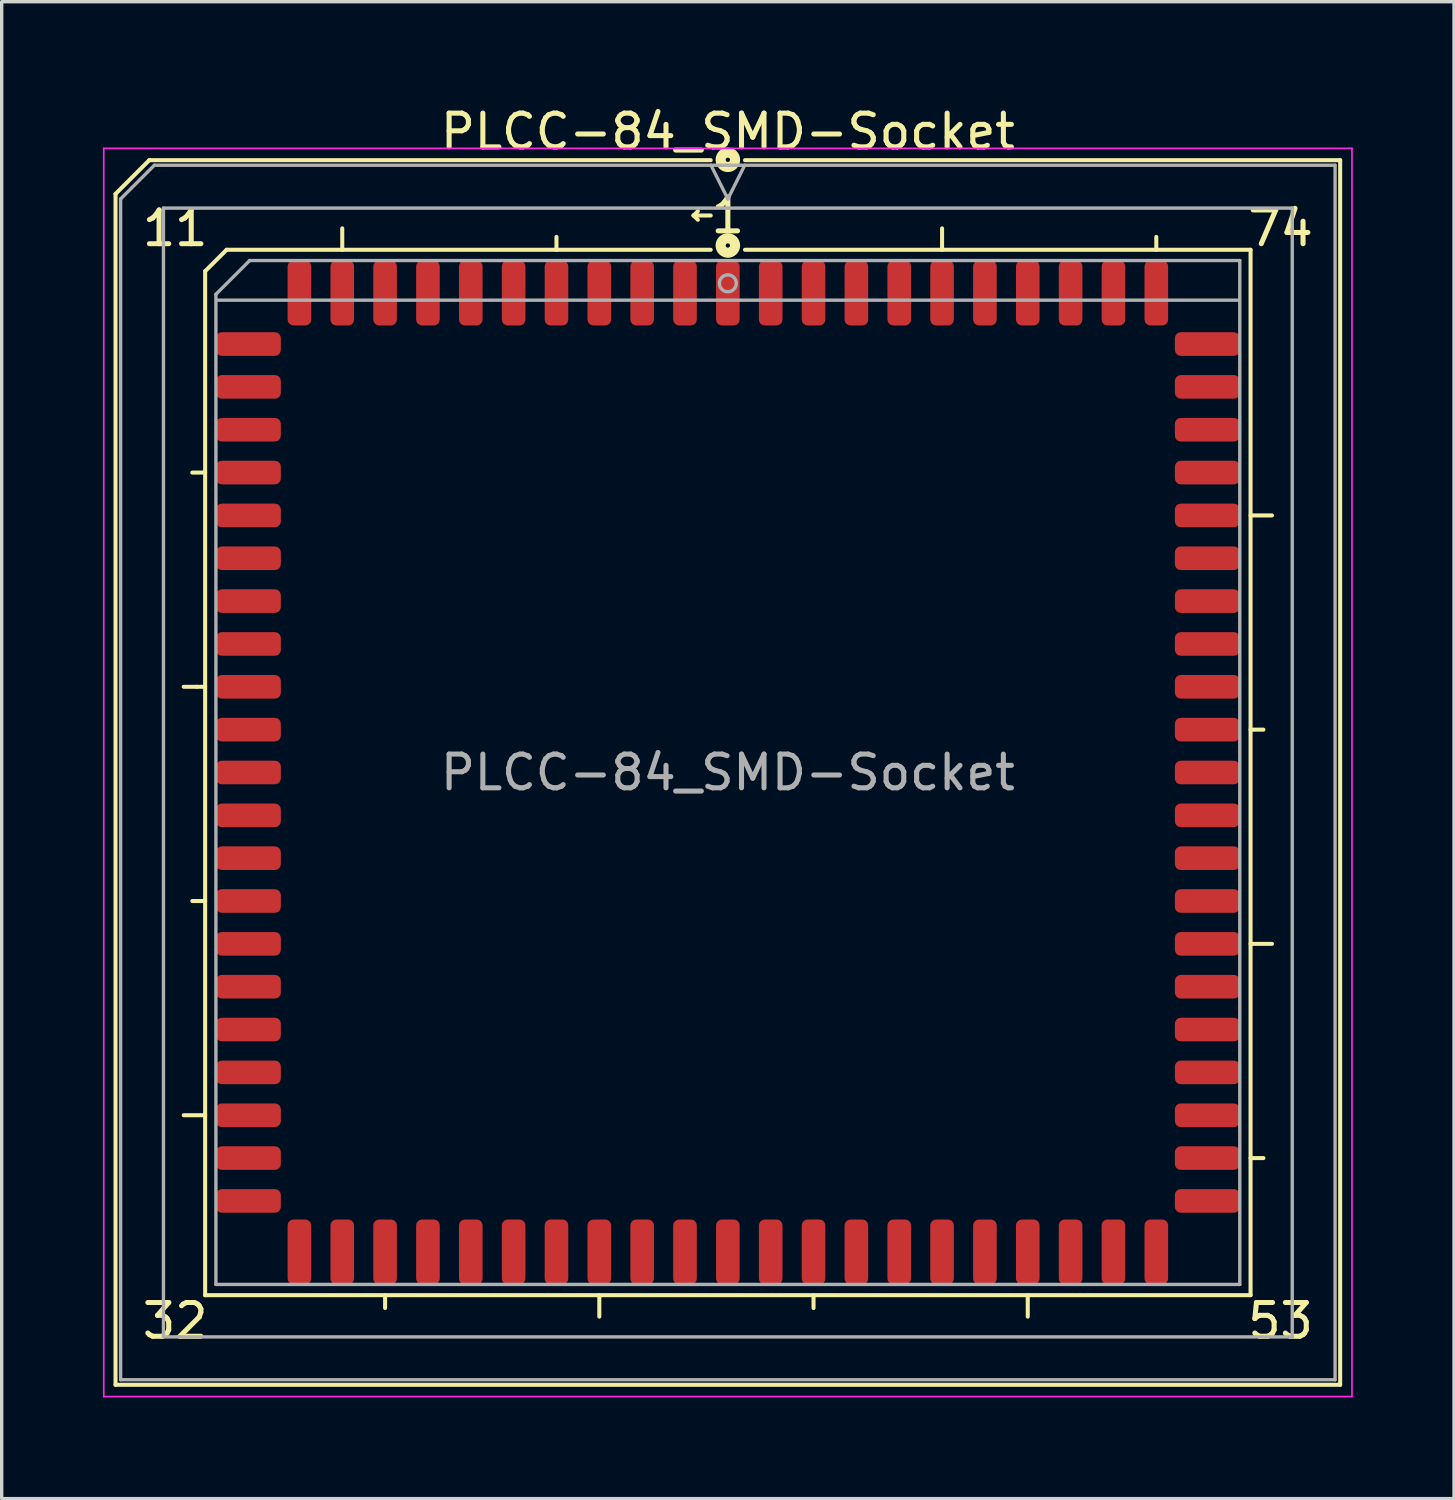
<source format=kicad_pcb>
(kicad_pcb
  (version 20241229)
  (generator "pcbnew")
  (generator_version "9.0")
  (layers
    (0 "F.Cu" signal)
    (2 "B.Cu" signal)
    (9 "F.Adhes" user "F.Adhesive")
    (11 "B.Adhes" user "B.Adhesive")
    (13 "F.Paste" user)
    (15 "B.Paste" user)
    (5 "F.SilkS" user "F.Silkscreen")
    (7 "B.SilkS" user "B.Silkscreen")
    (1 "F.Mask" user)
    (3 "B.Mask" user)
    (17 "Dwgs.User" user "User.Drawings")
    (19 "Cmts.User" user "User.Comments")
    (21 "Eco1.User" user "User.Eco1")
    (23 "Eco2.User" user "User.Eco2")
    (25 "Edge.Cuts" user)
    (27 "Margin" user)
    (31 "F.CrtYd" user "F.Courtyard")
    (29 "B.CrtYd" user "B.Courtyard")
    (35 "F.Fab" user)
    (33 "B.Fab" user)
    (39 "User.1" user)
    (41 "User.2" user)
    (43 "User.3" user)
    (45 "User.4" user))
  (footprint "PLCC-84_SMD-Socket"
    (layer "F.Cu")
    (at 18.525 19.848)
    (property "Reference" "PLCC-84_SMD-Socket" (at 0 -19 0) (layer "F.SilkS") (effects (font (size 1 1) (thickness 0.15))))
    (attr smd)
    (fp_line (start -18.15 -17.15) (end -18.15 18.15) (stroke (width 0.12) (type solid)) (layer "F.SilkS"))
    (fp_line (start -18.15 18.15) (end 18.15 18.15) (stroke (width 0.12) (type solid)) (layer "F.SilkS"))
    (fp_line (start -17.15 -18.15) (end -18.15 -17.15) (stroke (width 0.12) (type solid)) (layer "F.SilkS"))
    (fp_line (start -15.748 -2.54) (end -16.129 -2.54) (stroke (width 0.12) (type solid)) (layer "F.SilkS"))
    (fp_line (start -15.494 -14.859) (end -15.494 15.494) (stroke (width 0.12) (type solid)) (layer "F.SilkS"))
    (fp_line (start -15.494 -8.89) (end -15.875 -8.89) (stroke (width 0.12) (type solid)) (layer "F.SilkS"))
    (fp_line (start -15.494 -2.54) (end -15.748 -2.54) (stroke (width 0.12) (type solid)) (layer "F.SilkS"))
    (fp_line (start -15.494 3.81) (end -15.875 3.81) (stroke (width 0.12) (type solid)) (layer "F.SilkS"))
    (fp_line (start -15.494 10.16) (end -16.129 10.16) (stroke (width 0.12) (type solid)) (layer "F.SilkS"))
    (fp_line (start -15.494 15.494) (end 15.494 15.494) (stroke (width 0.12) (type solid)) (layer "F.SilkS"))
    (fp_line (start -14.859 -15.494) (end -15.494 -14.859) (stroke (width 0.12) (type solid)) (layer "F.SilkS"))
    (fp_line (start -11.43 -15.494) (end -11.43 -16.129) (stroke (width 0.12) (type solid)) (layer "F.SilkS"))
    (fp_line (start -10.16 15.494) (end -10.16 15.875) (stroke (width 0.12) (type solid)) (layer "F.SilkS"))
    (fp_line (start -5.08 -15.494) (end -5.08 -15.875) (stroke (width 0.12) (type solid)) (layer "F.SilkS"))
    (fp_line (start -3.81 15.494) (end -3.81 16.129) (stroke (width 0.12) (type solid)) (layer "F.SilkS"))
    (fp_line (start -1.016 -16.51) (end -0.889 -16.637) (stroke (width 0.12) (type solid)) (layer "F.SilkS"))
    (fp_line (start -1.016 -16.51) (end -0.889 -16.383) (stroke (width 0.12) (type solid)) (layer "F.SilkS"))
    (fp_line (start -0.508 -18.15) (end -17.15 -18.15) (stroke (width 0.12) (type solid)) (layer "F.SilkS"))
    (fp_line (start -0.508 -16.51) (end -1.016 -16.51) (stroke (width 0.12) (type solid)) (layer "F.SilkS"))
    (fp_line (start -0.508 -15.494) (end -14.859 -15.494) (stroke (width 0.12) (type solid)) (layer "F.SilkS"))
    (fp_line (start 2.54 15.494) (end 2.54 15.875) (stroke (width 0.12) (type solid)) (layer "F.SilkS"))
    (fp_line (start 6.35 -15.494) (end 6.35 -16.129) (stroke (width 0.12) (type solid)) (layer "F.SilkS"))
    (fp_line (start 8.89 15.494) (end 8.89 16.129) (stroke (width 0.12) (type solid)) (layer "F.SilkS"))
    (fp_line (start 12.7 -15.494) (end 12.7 -15.875) (stroke (width 0.12) (type solid)) (layer "F.SilkS"))
    (fp_line (start 15.494 -15.494) (end 0.508 -15.494) (stroke (width 0.12) (type solid)) (layer "F.SilkS"))
    (fp_line (start 15.494 -7.62) (end 16.129 -7.62) (stroke (width 0.12) (type solid)) (layer "F.SilkS"))
    (fp_line (start 15.494 -1.27) (end 15.875 -1.27) (stroke (width 0.12) (type solid)) (layer "F.SilkS"))
    (fp_line (start 15.494 5.08) (end 16.129 5.08) (stroke (width 0.12) (type solid)) (layer "F.SilkS"))
    (fp_line (start 15.494 11.43) (end 15.875 11.43) (stroke (width 0.12) (type solid)) (layer "F.SilkS"))
    (fp_line (start 15.494 15.494) (end 15.494 -15.494) (stroke (width 0.12) (type solid)) (layer "F.SilkS"))
    (fp_line (start 18.15 -18.15) (end 0.508 -18.15) (stroke (width 0.12) (type solid)) (layer "F.SilkS"))
    (fp_line (start 18.15 18.15) (end 18.15 -18.15) (stroke (width 0.12) (type solid)) (layer "F.SilkS"))
    (fp_circle (center 0 -18.161) (end 0.064 -18.161) (stroke (width 0.3) (type solid)) (fill no) (layer "F.SilkS"))
    (fp_circle (center 0 -15.621) (end 0.064 -15.621) (stroke (width 0.3) (type solid)) (fill no) (layer "F.SilkS"))
    (fp_line (start -18.5 -18.5) (end -18.5 18.5) (stroke (width 0.05) (type solid)) (layer "F.CrtYd"))
    (fp_line (start -18.5 18.5) (end 18.5 18.5) (stroke (width 0.05) (type solid)) (layer "F.CrtYd"))
    (fp_line (start 18.5 -18.5) (end -18.5 -18.5) (stroke (width 0.05) (type solid)) (layer "F.CrtYd"))
    (fp_line (start 18.5 18.5) (end 18.5 -18.5) (stroke (width 0.05) (type solid)) (layer "F.CrtYd"))
    (fp_line (start -18 -17) (end -18 18) (stroke (width 0.1) (type solid)) (layer "F.Fab"))
    (fp_line (start -18 18) (end 18 18) (stroke (width 0.1) (type solid)) (layer "F.Fab"))
    (fp_line (start -17 -18) (end -18 -17) (stroke (width 0.1) (type solid)) (layer "F.Fab"))
    (fp_line (start -16.73 -16.73) (end -16.73 16.73) (stroke (width 0.1) (type solid)) (layer "F.Fab"))
    (fp_line (start -16.73 16.73) (end 16.73 16.73) (stroke (width 0.1) (type solid)) (layer "F.Fab"))
    (fp_line (start -15.175 -14.175) (end -15.175 15.175) (stroke (width 0.1) (type solid)) (layer "F.Fab"))
    (fp_line (start -15.175 15.175) (end 15.175 15.175) (stroke (width 0.1) (type solid)) (layer "F.Fab"))
    (fp_line (start -14.175 -15.175) (end -15.175 -14.175) (stroke (width 0.1) (type solid)) (layer "F.Fab"))
    (fp_line (start -0.5 -18) (end 0 -17) (stroke (width 0.1) (type solid)) (layer "F.Fab"))
    (fp_line (start 0 -17) (end 0.5 -18) (stroke (width 0.1) (type solid)) (layer "F.Fab"))
    (fp_line (start 15.15 -14) (end -15.15 -14) (stroke (width 0.1) (type solid)) (layer "F.Fab"))
    (fp_line (start 15.175 -15.175) (end -14.175 -15.175) (stroke (width 0.1) (type solid)) (layer "F.Fab"))
    (fp_line (start 15.175 15.175) (end 15.175 -15.175) (stroke (width 0.1) (type solid)) (layer "F.Fab"))
    (fp_line (start 16.73 -16.73) (end -16.73 -16.73) (stroke (width 0.1) (type solid)) (layer "F.Fab"))
    (fp_line (start 16.73 16.73) (end 16.73 -16.73) (stroke (width 0.1) (type solid)) (layer "F.Fab"))
    (fp_line (start 18 -18) (end -17 -18) (stroke (width 0.1) (type solid)) (layer "F.Fab"))
    (fp_line (start 18 18) (end 18 -18) (stroke (width 0.1) (type solid)) (layer "F.Fab"))
    (fp_circle (center 0 -14.5) (end 0.25 -14.5) (stroke (width 0.1) (type solid)) (fill no) (layer "F.Fab"))
    (fp_text user "1" (at 0 -16.51 0) (unlocked yes) (layer "F.SilkS") (effects (font (size 1 1) (thickness 0.15))))
    (fp_text user "53" (at 16.383 16.256 0) (unlocked yes) (layer "F.SilkS") (effects (font (size 1 1) (thickness 0.15))))
    (fp_text user "74" (at 16.383 -16.129 0) (unlocked yes) (layer "F.SilkS") (effects (font (size 1 1) (thickness 0.15))))
    (fp_text user "11" (at -16.383 -16.129 0) (unlocked yes) (layer "F.SilkS") (effects (font (size 1 1) (thickness 0.15))))
    (fp_text user "32" (at -16.383 16.256 0) (unlocked yes) (layer "F.SilkS") (effects (font (size 1 1) (thickness 0.15))))
    (fp_text user "${REFERENCE}" (at 0 0 0) (layer "F.Fab") (effects (font (size 1 1) (thickness 0.15))))
    (pad "1" smd roundrect (at 0 -14.213) (size 0.7 1.925) (layers "F.Cu" "F.Mask" "F.Paste") (roundrect_rratio 0.25))
    (pad "2" smd roundrect (at -1.27 -14.213) (size 0.7 1.925) (layers "F.Cu" "F.Mask" "F.Paste") (roundrect_rratio 0.25))
    (pad "3" smd roundrect (at -2.54 -14.213) (size 0.7 1.925) (layers "F.Cu" "F.Mask" "F.Paste") (roundrect_rratio 0.25))
    (pad "4" smd roundrect (at -3.81 -14.213) (size 0.7 1.925) (layers "F.Cu" "F.Mask" "F.Paste") (roundrect_rratio 0.25))
    (pad "5" smd roundrect (at -5.08 -14.213) (size 0.7 1.925) (layers "F.Cu" "F.Mask" "F.Paste") (roundrect_rratio 0.25))
    (pad "6" smd roundrect (at -6.35 -14.213) (size 0.7 1.925) (layers "F.Cu" "F.Mask" "F.Paste") (roundrect_rratio 0.25))
    (pad "7" smd roundrect (at -7.62 -14.213) (size 0.7 1.925) (layers "F.Cu" "F.Mask" "F.Paste") (roundrect_rratio 0.25))
    (pad "8" smd roundrect (at -8.89 -14.213) (size 0.7 1.925) (layers "F.Cu" "F.Mask" "F.Paste") (roundrect_rratio 0.25))
    (pad "9" smd roundrect (at -10.16 -14.213) (size 0.7 1.925) (layers "F.Cu" "F.Mask" "F.Paste") (roundrect_rratio 0.25))
    (pad "10" smd roundrect (at -11.43 -14.213) (size 0.7 1.925) (layers "F.Cu" "F.Mask" "F.Paste") (roundrect_rratio 0.25))
    (pad "11" smd roundrect (at -12.7 -14.213) (size 0.7 1.925) (layers "F.Cu" "F.Mask" "F.Paste") (roundrect_rratio 0.25))
    (pad "12" smd roundrect (at -14.213 -12.7) (size 1.925 0.7) (layers "F.Cu" "F.Mask" "F.Paste") (roundrect_rratio 0.25))
    (pad "13" smd roundrect (at -14.213 -11.43) (size 1.925 0.7) (layers "F.Cu" "F.Mask" "F.Paste") (roundrect_rratio 0.25))
    (pad "14" smd roundrect (at -14.213 -10.16) (size 1.925 0.7) (layers "F.Cu" "F.Mask" "F.Paste") (roundrect_rratio 0.25))
    (pad "15" smd roundrect (at -14.213 -8.89) (size 1.925 0.7) (layers "F.Cu" "F.Mask" "F.Paste") (roundrect_rratio 0.25))
    (pad "16" smd roundrect (at -14.213 -7.62) (size 1.925 0.7) (layers "F.Cu" "F.Mask" "F.Paste") (roundrect_rratio 0.25))
    (pad "17" smd roundrect (at -14.213 -6.35) (size 1.925 0.7) (layers "F.Cu" "F.Mask" "F.Paste") (roundrect_rratio 0.25))
    (pad "18" smd roundrect (at -14.213 -5.08) (size 1.925 0.7) (layers "F.Cu" "F.Mask" "F.Paste") (roundrect_rratio 0.25))
    (pad "19" smd roundrect (at -14.213 -3.81) (size 1.925 0.7) (layers "F.Cu" "F.Mask" "F.Paste") (roundrect_rratio 0.25))
    (pad "20" smd roundrect (at -14.213 -2.54) (size 1.925 0.7) (layers "F.Cu" "F.Mask" "F.Paste") (roundrect_rratio 0.25))
    (pad "21" smd roundrect (at -14.213 -1.27) (size 1.925 0.7) (layers "F.Cu" "F.Mask" "F.Paste") (roundrect_rratio 0.25))
    (pad "22" smd roundrect (at -14.213 0) (size 1.925 0.7) (layers "F.Cu" "F.Mask" "F.Paste") (roundrect_rratio 0.25))
    (pad "23" smd roundrect (at -14.213 1.27) (size 1.925 0.7) (layers "F.Cu" "F.Mask" "F.Paste") (roundrect_rratio 0.25))
    (pad "24" smd roundrect (at -14.213 2.54) (size 1.925 0.7) (layers "F.Cu" "F.Mask" "F.Paste") (roundrect_rratio 0.25))
    (pad "25" smd roundrect (at -14.213 3.81) (size 1.925 0.7) (layers "F.Cu" "F.Mask" "F.Paste") (roundrect_rratio 0.25))
    (pad "26" smd roundrect (at -14.213 5.08) (size 1.925 0.7) (layers "F.Cu" "F.Mask" "F.Paste") (roundrect_rratio 0.25))
    (pad "27" smd roundrect (at -14.213 6.35) (size 1.925 0.7) (layers "F.Cu" "F.Mask" "F.Paste") (roundrect_rratio 0.25))
    (pad "28" smd roundrect (at -14.213 7.62) (size 1.925 0.7) (layers "F.Cu" "F.Mask" "F.Paste") (roundrect_rratio 0.25))
    (pad "29" smd roundrect (at -14.213 8.89) (size 1.925 0.7) (layers "F.Cu" "F.Mask" "F.Paste") (roundrect_rratio 0.25))
    (pad "30" smd roundrect (at -14.213 10.16) (size 1.925 0.7) (layers "F.Cu" "F.Mask" "F.Paste") (roundrect_rratio 0.25))
    (pad "31" smd roundrect (at -14.213 11.43) (size 1.925 0.7) (layers "F.Cu" "F.Mask" "F.Paste") (roundrect_rratio 0.25))
    (pad "32" smd roundrect (at -14.213 12.7) (size 1.925 0.7) (layers "F.Cu" "F.Mask" "F.Paste") (roundrect_rratio 0.25))
    (pad "33" smd roundrect (at -12.7 14.213) (size 0.7 1.925) (layers "F.Cu" "F.Mask" "F.Paste") (roundrect_rratio 0.25))
    (pad "34" smd roundrect (at -11.43 14.213) (size 0.7 1.925) (layers "F.Cu" "F.Mask" "F.Paste") (roundrect_rratio 0.25))
    (pad "35" smd roundrect (at -10.16 14.213) (size 0.7 1.925) (layers "F.Cu" "F.Mask" "F.Paste") (roundrect_rratio 0.25))
    (pad "36" smd roundrect (at -8.89 14.213) (size 0.7 1.925) (layers "F.Cu" "F.Mask" "F.Paste") (roundrect_rratio 0.25))
    (pad "37" smd roundrect (at -7.62 14.213) (size 0.7 1.925) (layers "F.Cu" "F.Mask" "F.Paste") (roundrect_rratio 0.25))
    (pad "38" smd roundrect (at -6.35 14.213) (size 0.7 1.925) (layers "F.Cu" "F.Mask" "F.Paste") (roundrect_rratio 0.25))
    (pad "39" smd roundrect (at -5.08 14.213) (size 0.7 1.925) (layers "F.Cu" "F.Mask" "F.Paste") (roundrect_rratio 0.25))
    (pad "40" smd roundrect (at -3.81 14.213) (size 0.7 1.925) (layers "F.Cu" "F.Mask" "F.Paste") (roundrect_rratio 0.25))
    (pad "41" smd roundrect (at -2.54 14.213) (size 0.7 1.925) (layers "F.Cu" "F.Mask" "F.Paste") (roundrect_rratio 0.25))
    (pad "42" smd roundrect (at -1.27 14.213) (size 0.7 1.925) (layers "F.Cu" "F.Mask" "F.Paste") (roundrect_rratio 0.25))
    (pad "43" smd roundrect (at 0 14.213) (size 0.7 1.925) (layers "F.Cu" "F.Mask" "F.Paste") (roundrect_rratio 0.25))
    (pad "44" smd roundrect (at 1.27 14.213) (size 0.7 1.925) (layers "F.Cu" "F.Mask" "F.Paste") (roundrect_rratio 0.25))
    (pad "45" smd roundrect (at 2.54 14.213) (size 0.7 1.925) (layers "F.Cu" "F.Mask" "F.Paste") (roundrect_rratio 0.25))
    (pad "46" smd roundrect (at 3.81 14.213) (size 0.7 1.925) (layers "F.Cu" "F.Mask" "F.Paste") (roundrect_rratio 0.25))
    (pad "47" smd roundrect (at 5.08 14.213) (size 0.7 1.925) (layers "F.Cu" "F.Mask" "F.Paste") (roundrect_rratio 0.25))
    (pad "48" smd roundrect (at 6.35 14.213) (size 0.7 1.925) (layers "F.Cu" "F.Mask" "F.Paste") (roundrect_rratio 0.25))
    (pad "49" smd roundrect (at 7.62 14.213) (size 0.7 1.925) (layers "F.Cu" "F.Mask" "F.Paste") (roundrect_rratio 0.25))
    (pad "50" smd roundrect (at 8.89 14.213) (size 0.7 1.925) (layers "F.Cu" "F.Mask" "F.Paste") (roundrect_rratio 0.25))
    (pad "51" smd roundrect (at 10.16 14.213) (size 0.7 1.925) (layers "F.Cu" "F.Mask" "F.Paste") (roundrect_rratio 0.25))
    (pad "52" smd roundrect (at 11.43 14.213) (size 0.7 1.925) (layers "F.Cu" "F.Mask" "F.Paste") (roundrect_rratio 0.25))
    (pad "53" smd roundrect (at 12.7 14.213) (size 0.7 1.925) (layers "F.Cu" "F.Mask" "F.Paste") (roundrect_rratio 0.25))
    (pad "54" smd roundrect (at 14.213 12.7) (size 1.925 0.7) (layers "F.Cu" "F.Mask" "F.Paste") (roundrect_rratio 0.25))
    (pad "55" smd roundrect (at 14.213 11.43) (size 1.925 0.7) (layers "F.Cu" "F.Mask" "F.Paste") (roundrect_rratio 0.25))
    (pad "56" smd roundrect (at 14.213 10.16) (size 1.925 0.7) (layers "F.Cu" "F.Mask" "F.Paste") (roundrect_rratio 0.25))
    (pad "57" smd roundrect (at 14.213 8.89) (size 1.925 0.7) (layers "F.Cu" "F.Mask" "F.Paste") (roundrect_rratio 0.25))
    (pad "58" smd roundrect (at 14.213 7.62) (size 1.925 0.7) (layers "F.Cu" "F.Mask" "F.Paste") (roundrect_rratio 0.25))
    (pad "59" smd roundrect (at 14.213 6.35) (size 1.925 0.7) (layers "F.Cu" "F.Mask" "F.Paste") (roundrect_rratio 0.25))
    (pad "60" smd roundrect (at 14.213 5.08) (size 1.925 0.7) (layers "F.Cu" "F.Mask" "F.Paste") (roundrect_rratio 0.25))
    (pad "61" smd roundrect (at 14.213 3.81) (size 1.925 0.7) (layers "F.Cu" "F.Mask" "F.Paste") (roundrect_rratio 0.25))
    (pad "62" smd roundrect (at 14.213 2.54) (size 1.925 0.7) (layers "F.Cu" "F.Mask" "F.Paste") (roundrect_rratio 0.25))
    (pad "63" smd roundrect (at 14.213 1.27) (size 1.925 0.7) (layers "F.Cu" "F.Mask" "F.Paste") (roundrect_rratio 0.25))
    (pad "64" smd roundrect (at 14.213 0) (size 1.925 0.7) (layers "F.Cu" "F.Mask" "F.Paste") (roundrect_rratio 0.25))
    (pad "65" smd roundrect (at 14.213 -1.27) (size 1.925 0.7) (layers "F.Cu" "F.Mask" "F.Paste") (roundrect_rratio 0.25))
    (pad "66" smd roundrect (at 14.213 -2.54) (size 1.925 0.7) (layers "F.Cu" "F.Mask" "F.Paste") (roundrect_rratio 0.25))
    (pad "67" smd roundrect (at 14.213 -3.81) (size 1.925 0.7) (layers "F.Cu" "F.Mask" "F.Paste") (roundrect_rratio 0.25))
    (pad "68" smd roundrect (at 14.213 -5.08) (size 1.925 0.7) (layers "F.Cu" "F.Mask" "F.Paste") (roundrect_rratio 0.25))
    (pad "69" smd roundrect (at 14.213 -6.35) (size 1.925 0.7) (layers "F.Cu" "F.Mask" "F.Paste") (roundrect_rratio 0.25))
    (pad "70" smd roundrect (at 14.213 -7.62) (size 1.925 0.7) (layers "F.Cu" "F.Mask" "F.Paste") (roundrect_rratio 0.25))
    (pad "71" smd roundrect (at 14.213 -8.89) (size 1.925 0.7) (layers "F.Cu" "F.Mask" "F.Paste") (roundrect_rratio 0.25))
    (pad "72" smd roundrect (at 14.213 -10.16) (size 1.925 0.7) (layers "F.Cu" "F.Mask" "F.Paste") (roundrect_rratio 0.25))
    (pad "73" smd roundrect (at 14.213 -11.43) (size 1.925 0.7) (layers "F.Cu" "F.Mask" "F.Paste") (roundrect_rratio 0.25))
    (pad "74" smd roundrect (at 14.213 -12.7) (size 1.925 0.7) (layers "F.Cu" "F.Mask" "F.Paste") (roundrect_rratio 0.25))
    (pad "75" smd roundrect (at 12.7 -14.213) (size 0.7 1.925) (layers "F.Cu" "F.Mask" "F.Paste") (roundrect_rratio 0.25))
    (pad "76" smd roundrect (at 11.43 -14.213) (size 0.7 1.925) (layers "F.Cu" "F.Mask" "F.Paste") (roundrect_rratio 0.25))
    (pad "77" smd roundrect (at 10.16 -14.213) (size 0.7 1.925) (layers "F.Cu" "F.Mask" "F.Paste") (roundrect_rratio 0.25))
    (pad "78" smd roundrect (at 8.89 -14.213) (size 0.7 1.925) (layers "F.Cu" "F.Mask" "F.Paste") (roundrect_rratio 0.25))
    (pad "79" smd roundrect (at 7.62 -14.213) (size 0.7 1.925) (layers "F.Cu" "F.Mask" "F.Paste") (roundrect_rratio 0.25))
    (pad "80" smd roundrect (at 6.35 -14.213) (size 0.7 1.925) (layers "F.Cu" "F.Mask" "F.Paste") (roundrect_rratio 0.25))
    (pad "81" smd roundrect (at 5.08 -14.213) (size 0.7 1.925) (layers "F.Cu" "F.Mask" "F.Paste") (roundrect_rratio 0.25))
    (pad "82" smd roundrect (at 3.81 -14.213) (size 0.7 1.925) (layers "F.Cu" "F.Mask" "F.Paste") (roundrect_rratio 0.25))
    (pad "83" smd roundrect (at 2.54 -14.213) (size 0.7 1.925) (layers "F.Cu" "F.Mask" "F.Paste") (roundrect_rratio 0.25))
    (pad "84" smd roundrect (at 1.27 -14.213) (size 0.7 1.925) (layers "F.Cu" "F.Mask" "F.Paste") (roundrect_rratio 0.25)))
  (gr_rect
    (start -3 -3)
    (end 40.05 41.373)
    (stroke (width 0.1) (type default))
    (fill no)
    (layer "Edge.Cuts")))
</source>
